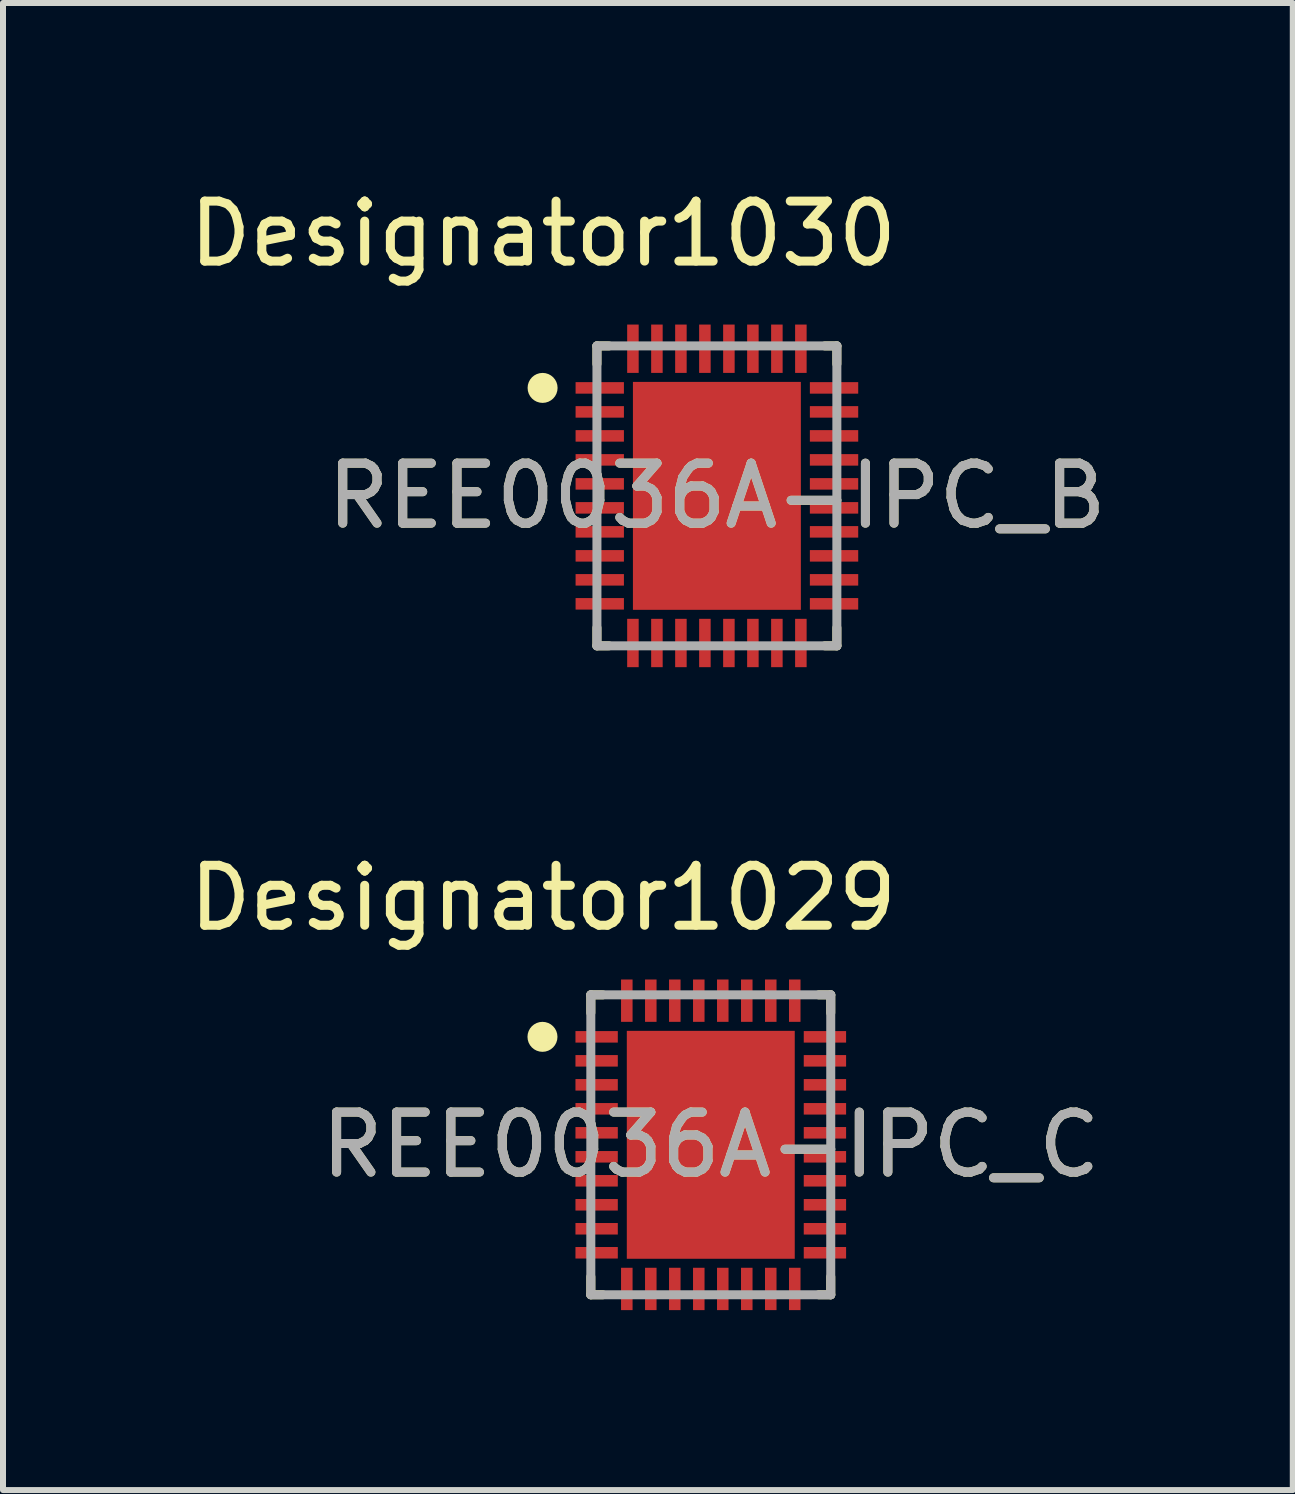
<source format=kicad_pcb>
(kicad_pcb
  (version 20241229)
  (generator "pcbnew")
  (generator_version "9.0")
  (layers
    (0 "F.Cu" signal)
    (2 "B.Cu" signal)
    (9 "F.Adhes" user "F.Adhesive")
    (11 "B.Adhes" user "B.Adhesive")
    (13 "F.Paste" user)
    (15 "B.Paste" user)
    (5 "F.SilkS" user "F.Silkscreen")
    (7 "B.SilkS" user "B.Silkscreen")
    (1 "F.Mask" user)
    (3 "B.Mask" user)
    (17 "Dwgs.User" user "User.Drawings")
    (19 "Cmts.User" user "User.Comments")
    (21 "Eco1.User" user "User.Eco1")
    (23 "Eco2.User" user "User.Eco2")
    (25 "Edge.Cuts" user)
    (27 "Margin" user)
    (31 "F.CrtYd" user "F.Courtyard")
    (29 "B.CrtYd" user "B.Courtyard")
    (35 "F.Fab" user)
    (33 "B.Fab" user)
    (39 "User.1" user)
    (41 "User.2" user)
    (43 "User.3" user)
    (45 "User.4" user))
  (footprint "REE0036A-IPC_C"
    (layer "F.Cu")
    (at 8.8 16.036)
    (property "Reference" "REE0036A-IPC_C" (at 0 0 0) (unlocked yes) (layer "F.SilkS") (effects (font (size 1 1) (thickness 0.15))))
    (attr smd)
    (fp_line (start -2 -2.5) (end -1.8 -2.5) (stroke (width 0.15) (type solid)) (layer "F.SilkS"))
    (fp_line (start -2 -2.2) (end -2 -2.5) (stroke (width 0.15) (type solid)) (layer "F.SilkS"))
    (fp_line (start -2 2.5) (end -2 2.2) (stroke (width 0.15) (type solid)) (layer "F.SilkS"))
    (fp_line (start -2 2.5) (end -1.8 2.5) (stroke (width 0.15) (type solid)) (layer "F.SilkS"))
    (fp_line (start 1.8 -2.5) (end 2 -2.5) (stroke (width 0.15) (type solid)) (layer "F.SilkS"))
    (fp_line (start 1.8 2.5) (end 2 2.5) (stroke (width 0.15) (type solid)) (layer "F.SilkS"))
    (fp_line (start 2 -2.2) (end 2 -2.5) (stroke (width 0.15) (type solid)) (layer "F.SilkS"))
    (fp_line (start 2 2.5) (end 2 2.2) (stroke (width 0.15) (type solid)) (layer "F.SilkS"))
    (fp_circle (center -2.806 -1.8) (end -2.681 -1.8) (stroke (width 0.25) (type solid)) (fill no) (layer "F.SilkS"))
    (fp_poly (pts (xy -0.811 1.311) (xy 0.811 1.311) (xy 0.811 -1.311) (xy -0.811 -1.311)) (stroke (width 0) (type solid)) (fill yes) (layer "F.Paste"))
    (fp_line (start -2 -2.5) (end 2 -2.5) (stroke (width 0.15) (type solid)) (layer "F.Fab"))
    (fp_line (start -2 2.5) (end -2 -2.5) (stroke (width 0.15) (type solid)) (layer "F.Fab"))
    (fp_line (start -2 2.5) (end 2 2.5) (stroke (width 0.15) (type solid)) (layer "F.Fab"))
    (fp_line (start 2 2.5) (end 2 -2.5) (stroke (width 0.15) (type solid)) (layer "F.Fab"))
    (fp_text user "Designator1029" (at -2.794 -4.115 0) (unlocked yes) (layer "F.SilkS") (effects (font (size 1 1) (thickness 0.15))))
    (fp_text user "${REFERENCE}" (at 0 0 0) (unlocked yes) (layer "F.Fab") (effects (font (size 1 1) (thickness 0.15))))
    (pad "1" smd rect (at -1.903 -1.8 90) (size 0.192 0.706) (layers "F.Cu" "F.Mask" "F.Paste"))
    (pad "2" smd rect (at -1.903 -1.4 90) (size 0.192 0.706) (layers "F.Cu" "F.Mask" "F.Paste"))
    (pad "3" smd rect (at -1.903 -1 90) (size 0.192 0.706) (layers "F.Cu" "F.Mask" "F.Paste"))
    (pad "4" smd rect (at -1.903 -0.6 90) (size 0.192 0.706) (layers "F.Cu" "F.Mask" "F.Paste"))
    (pad "5" smd rect (at -1.903 -0.2 90) (size 0.192 0.706) (layers "F.Cu" "F.Mask" "F.Paste"))
    (pad "6" smd rect (at -1.903 0.2 90) (size 0.192 0.706) (layers "F.Cu" "F.Mask" "F.Paste"))
    (pad "7" smd rect (at -1.903 0.6 90) (size 0.192 0.706) (layers "F.Cu" "F.Mask" "F.Paste"))
    (pad "8" smd rect (at -1.903 1 90) (size 0.192 0.706) (layers "F.Cu" "F.Mask" "F.Paste"))
    (pad "9" smd rect (at -1.903 1.4 90) (size 0.192 0.706) (layers "F.Cu" "F.Mask" "F.Paste"))
    (pad "10" smd rect (at -1.903 1.8 90) (size 0.192 0.706) (layers "F.Cu" "F.Mask" "F.Paste"))
    (pad "11" smd rect (at -1.4 2.403) (size 0.192 0.706) (layers "F.Cu" "F.Mask" "F.Paste"))
    (pad "12" smd rect (at -1 2.403) (size 0.192 0.706) (layers "F.Cu" "F.Mask" "F.Paste"))
    (pad "13" smd rect (at -0.6 2.403) (size 0.192 0.706) (layers "F.Cu" "F.Mask" "F.Paste"))
    (pad "14" smd rect (at -0.2 2.403) (size 0.192 0.706) (layers "F.Cu" "F.Mask" "F.Paste"))
    (pad "15" smd rect (at 0.2 2.403) (size 0.192 0.706) (layers "F.Cu" "F.Mask" "F.Paste"))
    (pad "16" smd rect (at 0.6 2.403) (size 0.192 0.706) (layers "F.Cu" "F.Mask" "F.Paste"))
    (pad "17" smd rect (at 1 2.403) (size 0.192 0.706) (layers "F.Cu" "F.Mask" "F.Paste"))
    (pad "18" smd rect (at 1.4 2.403) (size 0.192 0.706) (layers "F.Cu" "F.Mask" "F.Paste"))
    (pad "19" smd rect (at 1.903 1.8 90) (size 0.192 0.706) (layers "F.Cu" "F.Mask" "F.Paste"))
    (pad "20" smd rect (at 1.903 1.4 90) (size 0.192 0.706) (layers "F.Cu" "F.Mask" "F.Paste"))
    (pad "21" smd rect (at 1.903 1 90) (size 0.192 0.706) (layers "F.Cu" "F.Mask" "F.Paste"))
    (pad "22" smd rect (at 1.903 0.6 90) (size 0.192 0.706) (layers "F.Cu" "F.Mask" "F.Paste"))
    (pad "23" smd rect (at 1.903 0.2 90) (size 0.192 0.706) (layers "F.Cu" "F.Mask" "F.Paste"))
    (pad "24" smd rect (at 1.903 -0.2 90) (size 0.192 0.706) (layers "F.Cu" "F.Mask" "F.Paste"))
    (pad "25" smd rect (at 1.903 -0.6 90) (size 0.192 0.706) (layers "F.Cu" "F.Mask" "F.Paste"))
    (pad "26" smd rect (at 1.903 -1 90) (size 0.192 0.706) (layers "F.Cu" "F.Mask" "F.Paste"))
    (pad "27" smd rect (at 1.903 -1.4 90) (size 0.192 0.706) (layers "F.Cu" "F.Mask" "F.Paste"))
    (pad "28" smd rect (at 1.903 -1.8 90) (size 0.192 0.706) (layers "F.Cu" "F.Mask" "F.Paste"))
    (pad "29" smd rect (at 1.4 -2.403) (size 0.192 0.706) (layers "F.Cu" "F.Mask" "F.Paste"))
    (pad "30" smd rect (at 1 -2.403) (size 0.192 0.706) (layers "F.Cu" "F.Mask" "F.Paste"))
    (pad "31" smd rect (at 0.6 -2.403) (size 0.192 0.706) (layers "F.Cu" "F.Mask" "F.Paste"))
    (pad "32" smd rect (at 0.2 -2.403) (size 0.192 0.706) (layers "F.Cu" "F.Mask" "F.Paste"))
    (pad "33" smd rect (at -0.2 -2.403) (size 0.192 0.706) (layers "F.Cu" "F.Mask" "F.Paste"))
    (pad "34" smd rect (at -0.6 -2.403) (size 0.192 0.706) (layers "F.Cu" "F.Mask" "F.Paste"))
    (pad "35" smd rect (at -1 -2.403) (size 0.192 0.706) (layers "F.Cu" "F.Mask" "F.Paste"))
    (pad "36" smd rect (at -1.4 -2.403) (size 0.192 0.706) (layers "F.Cu" "F.Mask" "F.Paste"))
    (pad "37" smd rect (at 0 0) (size 2.8 3.8) (layers "F.Cu" "F.Mask")))
  (footprint "REE0036A-IPC_B"
    (layer "F.Cu")
    (at 8.902 5.217)
    (property "Reference" "REE0036A-IPC_B" (at 0 0 0) (unlocked yes) (layer "F.SilkS") (effects (font (size 1 1) (thickness 0.15))))
    (attr smd)
    (fp_line (start -2 -2.5) (end -1.8 -2.5) (stroke (width 0.15) (type solid)) (layer "F.SilkS"))
    (fp_line (start -2 -2.2) (end -2 -2.5) (stroke (width 0.15) (type solid)) (layer "F.SilkS"))
    (fp_line (start -2 2.5) (end -2 2.2) (stroke (width 0.15) (type solid)) (layer "F.SilkS"))
    (fp_line (start -2 2.5) (end -1.8 2.5) (stroke (width 0.15) (type solid)) (layer "F.SilkS"))
    (fp_line (start 1.8 -2.5) (end 2 -2.5) (stroke (width 0.15) (type solid)) (layer "F.SilkS"))
    (fp_line (start 1.8 2.5) (end 2 2.5) (stroke (width 0.15) (type solid)) (layer "F.SilkS"))
    (fp_line (start 2 -2.2) (end 2 -2.5) (stroke (width 0.15) (type solid)) (layer "F.SilkS"))
    (fp_line (start 2 2.5) (end 2 2.2) (stroke (width 0.15) (type solid)) (layer "F.SilkS"))
    (fp_circle (center -2.906 -1.8) (end -2.781 -1.8) (stroke (width 0.25) (type solid)) (fill no) (layer "F.SilkS"))
    (fp_poly (pts (xy -0.811 1.311) (xy 0.811 1.311) (xy 0.811 -1.311) (xy -0.811 -1.311)) (stroke (width 0) (type solid)) (fill yes) (layer "F.Paste"))
    (fp_line (start -2 -2.5) (end 2 -2.5) (stroke (width 0.15) (type solid)) (layer "F.Fab"))
    (fp_line (start -2 2.5) (end -2 -2.5) (stroke (width 0.15) (type solid)) (layer "F.Fab"))
    (fp_line (start -2 2.5) (end 2 2.5) (stroke (width 0.15) (type solid)) (layer "F.Fab"))
    (fp_line (start 2 2.5) (end 2 -2.5) (stroke (width 0.15) (type solid)) (layer "F.Fab"))
    (fp_text user "Designator1030" (at -2.896 -4.369 0) (unlocked yes) (layer "F.SilkS") (effects (font (size 1 1) (thickness 0.15))))
    (fp_text user "${REFERENCE}" (at 0 0 0) (unlocked yes) (layer "F.Fab") (effects (font (size 1 1) (thickness 0.15))))
    (pad "1" smd rect (at -1.953 -1.8 90) (size 0.192 0.806) (layers "F.Cu" "F.Mask" "F.Paste"))
    (pad "2" smd rect (at -1.953 -1.4 90) (size 0.192 0.806) (layers "F.Cu" "F.Mask" "F.Paste"))
    (pad "3" smd rect (at -1.953 -1 90) (size 0.192 0.806) (layers "F.Cu" "F.Mask" "F.Paste"))
    (pad "4" smd rect (at -1.953 -0.6 90) (size 0.192 0.806) (layers "F.Cu" "F.Mask" "F.Paste"))
    (pad "5" smd rect (at -1.953 -0.2 90) (size 0.192 0.806) (layers "F.Cu" "F.Mask" "F.Paste"))
    (pad "6" smd rect (at -1.953 0.2 90) (size 0.192 0.806) (layers "F.Cu" "F.Mask" "F.Paste"))
    (pad "7" smd rect (at -1.953 0.6 90) (size 0.192 0.806) (layers "F.Cu" "F.Mask" "F.Paste"))
    (pad "8" smd rect (at -1.953 1 90) (size 0.192 0.806) (layers "F.Cu" "F.Mask" "F.Paste"))
    (pad "9" smd rect (at -1.953 1.4 90) (size 0.192 0.806) (layers "F.Cu" "F.Mask" "F.Paste"))
    (pad "10" smd rect (at -1.953 1.8 90) (size 0.192 0.806) (layers "F.Cu" "F.Mask" "F.Paste"))
    (pad "11" smd rect (at -1.4 2.453) (size 0.192 0.806) (layers "F.Cu" "F.Mask" "F.Paste"))
    (pad "12" smd rect (at -1 2.453) (size 0.192 0.806) (layers "F.Cu" "F.Mask" "F.Paste"))
    (pad "13" smd rect (at -0.6 2.453) (size 0.192 0.806) (layers "F.Cu" "F.Mask" "F.Paste"))
    (pad "14" smd rect (at -0.2 2.453) (size 0.192 0.806) (layers "F.Cu" "F.Mask" "F.Paste"))
    (pad "15" smd rect (at 0.2 2.453) (size 0.192 0.806) (layers "F.Cu" "F.Mask" "F.Paste"))
    (pad "16" smd rect (at 0.6 2.453) (size 0.192 0.806) (layers "F.Cu" "F.Mask" "F.Paste"))
    (pad "17" smd rect (at 1 2.453) (size 0.192 0.806) (layers "F.Cu" "F.Mask" "F.Paste"))
    (pad "18" smd rect (at 1.4 2.453) (size 0.192 0.806) (layers "F.Cu" "F.Mask" "F.Paste"))
    (pad "19" smd rect (at 1.953 1.8 90) (size 0.192 0.806) (layers "F.Cu" "F.Mask" "F.Paste"))
    (pad "20" smd rect (at 1.953 1.4 90) (size 0.192 0.806) (layers "F.Cu" "F.Mask" "F.Paste"))
    (pad "21" smd rect (at 1.953 1 90) (size 0.192 0.806) (layers "F.Cu" "F.Mask" "F.Paste"))
    (pad "22" smd rect (at 1.953 0.6 90) (size 0.192 0.806) (layers "F.Cu" "F.Mask" "F.Paste"))
    (pad "23" smd rect (at 1.953 0.2 90) (size 0.192 0.806) (layers "F.Cu" "F.Mask" "F.Paste"))
    (pad "24" smd rect (at 1.953 -0.2 90) (size 0.192 0.806) (layers "F.Cu" "F.Mask" "F.Paste"))
    (pad "25" smd rect (at 1.953 -0.6 90) (size 0.192 0.806) (layers "F.Cu" "F.Mask" "F.Paste"))
    (pad "26" smd rect (at 1.953 -1 90) (size 0.192 0.806) (layers "F.Cu" "F.Mask" "F.Paste"))
    (pad "27" smd rect (at 1.953 -1.4 90) (size 0.192 0.806) (layers "F.Cu" "F.Mask" "F.Paste"))
    (pad "28" smd rect (at 1.953 -1.8 90) (size 0.192 0.806) (layers "F.Cu" "F.Mask" "F.Paste"))
    (pad "29" smd rect (at 1.4 -2.453) (size 0.192 0.806) (layers "F.Cu" "F.Mask" "F.Paste"))
    (pad "30" smd rect (at 1 -2.453) (size 0.192 0.806) (layers "F.Cu" "F.Mask" "F.Paste"))
    (pad "31" smd rect (at 0.6 -2.453) (size 0.192 0.806) (layers "F.Cu" "F.Mask" "F.Paste"))
    (pad "32" smd rect (at 0.2 -2.453) (size 0.192 0.806) (layers "F.Cu" "F.Mask" "F.Paste"))
    (pad "33" smd rect (at -0.2 -2.453) (size 0.192 0.806) (layers "F.Cu" "F.Mask" "F.Paste"))
    (pad "34" smd rect (at -0.6 -2.453) (size 0.192 0.806) (layers "F.Cu" "F.Mask" "F.Paste"))
    (pad "35" smd rect (at -1 -2.453) (size 0.192 0.806) (layers "F.Cu" "F.Mask" "F.Paste"))
    (pad "36" smd rect (at -1.4 -2.453) (size 0.192 0.806) (layers "F.Cu" "F.Mask" "F.Paste"))
    (pad "37" smd rect (at 0 0) (size 2.8 3.8) (layers "F.Cu" "F.Mask")))
  (gr_rect
    (start -3 -3)
    (end 18.503 21.792)
    (stroke (width 0.1) (type default))
    (fill no)
    (layer "Edge.Cuts")))
</source>
